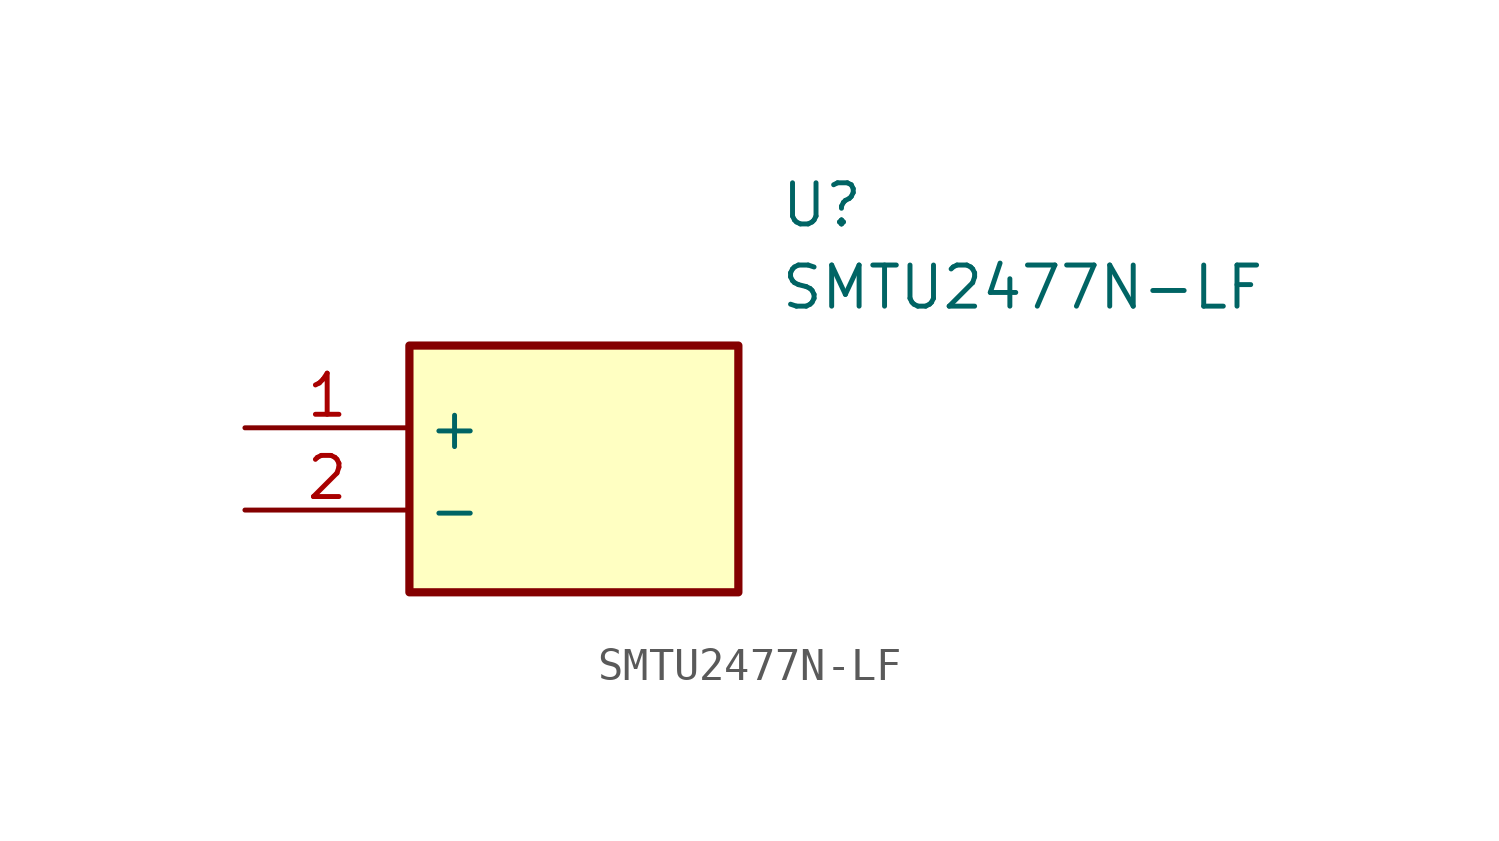
<source format=kicad_sym>
(kicad_symbol_lib
  (version 20211014)
  (generator SamacSys_ECAD_Model)
  (symbol "SMTU2477N-LF"
    (property "Reference" "U"
      (at 16.51 7.62 0)
      (effects (font (size 1.27 1.27)) (justify left top)))
    (property "Value" "SMTU2477N-LF"
      (at 16.51 5.08 0)
      (effects (font (size 1.27 1.27)) (justify left top)))
    (rectangle
      (start 5.08 2.54)
      (end 15.24 -5.08)
      (stroke (width 0.254) (type default))
      (fill (type background)))
    (pin passive line
      (at 0 0 0)
      (length 5.08)
      (name "+" (effects (font (size 1.27 1.27))))
      (number "1" (effects (font (size 1.27 1.27)))))
    (pin passive line
      (at 0 -2.54 0)
      (length 5.08)
      (name "-" (effects (font (size 1.27 1.27))))
      (number "2" (effects (font (size 1.27 1.27)))))))
</source>
